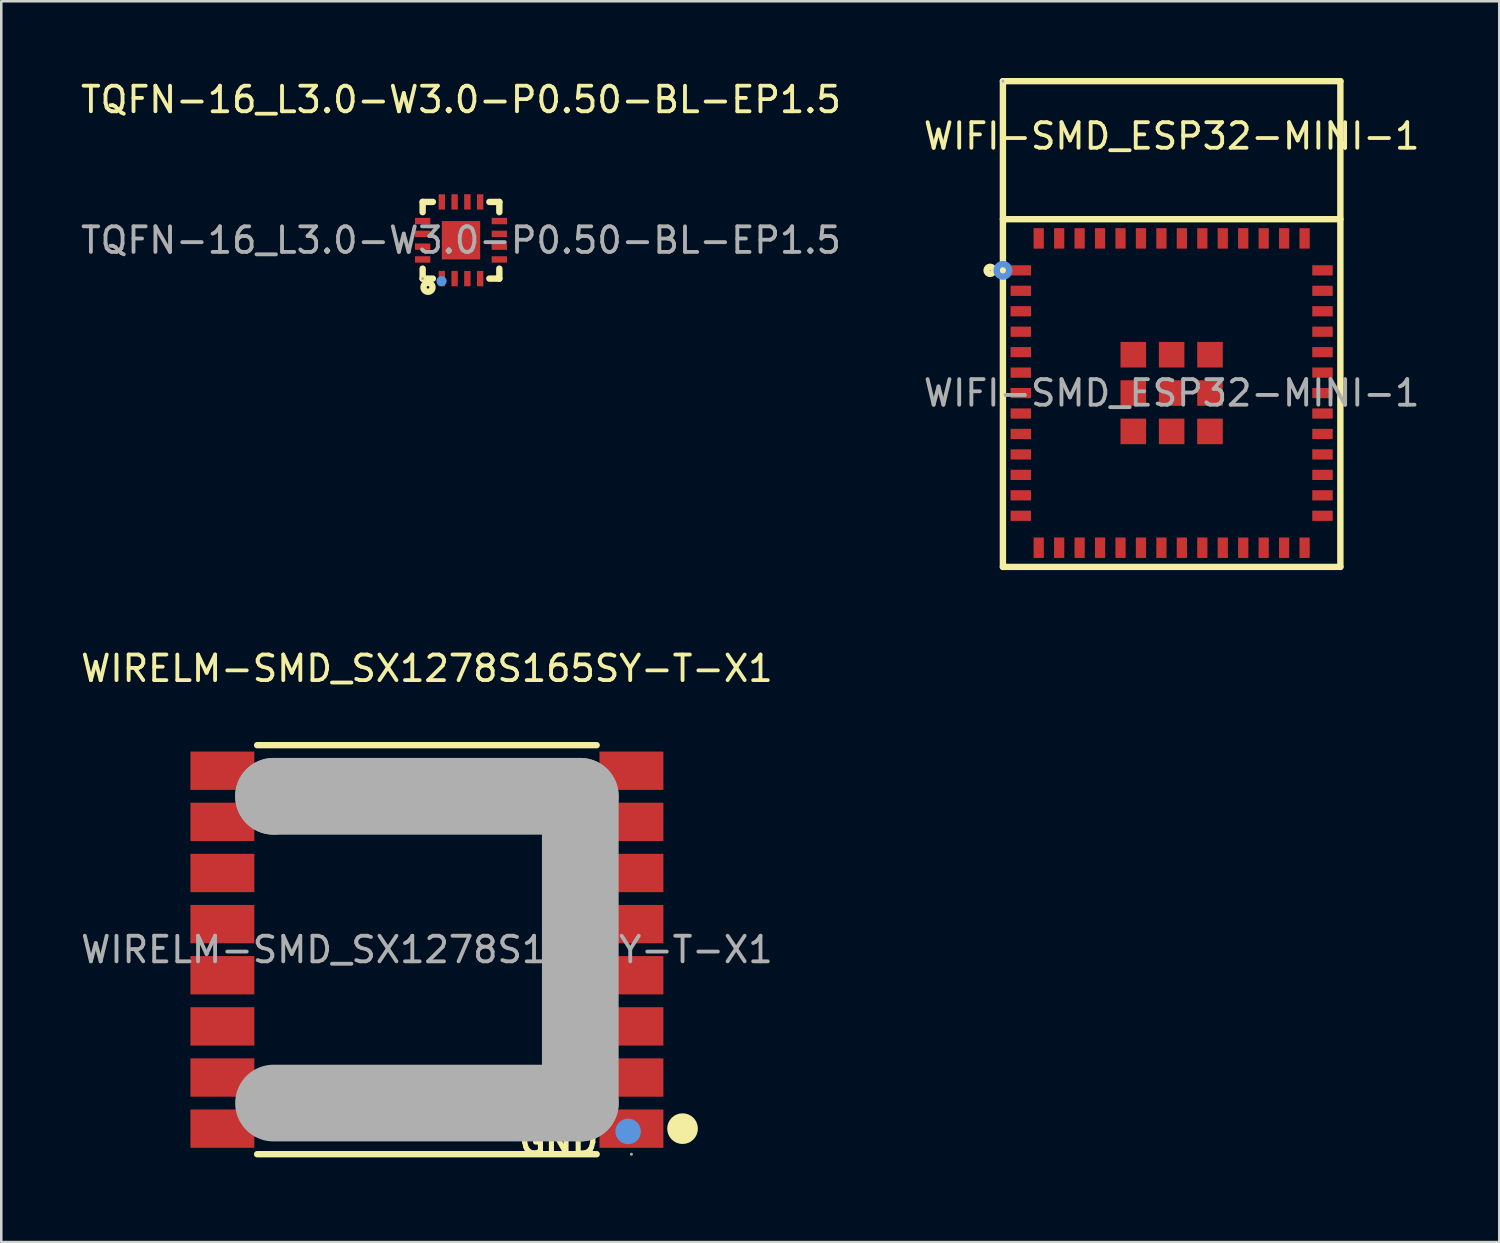
<source format=kicad_pcb>
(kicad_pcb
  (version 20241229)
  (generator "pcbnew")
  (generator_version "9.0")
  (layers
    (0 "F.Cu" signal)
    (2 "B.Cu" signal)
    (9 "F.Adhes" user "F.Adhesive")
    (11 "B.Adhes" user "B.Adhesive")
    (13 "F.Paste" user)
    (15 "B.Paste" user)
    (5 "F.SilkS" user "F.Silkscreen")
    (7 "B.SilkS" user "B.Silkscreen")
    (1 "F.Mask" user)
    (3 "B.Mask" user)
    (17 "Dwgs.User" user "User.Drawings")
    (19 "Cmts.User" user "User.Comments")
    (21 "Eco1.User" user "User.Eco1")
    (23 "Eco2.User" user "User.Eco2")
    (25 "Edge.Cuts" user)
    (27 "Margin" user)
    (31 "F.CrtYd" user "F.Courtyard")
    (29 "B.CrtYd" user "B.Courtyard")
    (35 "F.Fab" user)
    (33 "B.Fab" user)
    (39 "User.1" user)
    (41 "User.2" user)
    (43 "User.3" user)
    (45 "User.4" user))
  (footprint "WIRELM-SMD_SX1278S165SY-T-X1"
    (layer "F.Cu")
    (at 13.649 34.098)
    (property "Reference" "WIRELM-SMD_SX1278S165SY-T-X1" (at 0 -11 0) (layer "F.SilkS") (effects (font (size 1 1) (thickness 0.15))))
    (attr smd)
    (fp_line (start -6.64 8) (end 6.64 8) (stroke (width 0.25) (type solid)) (layer "F.SilkS"))
    (fp_line (start 6.64 -8) (end -6.64 -8) (stroke (width 0.25) (type solid)) (layer "F.SilkS"))
    (fp_circle (center 10 7) (end 10.3 7) (stroke (width 0.6) (type solid)) (fill no) (layer "F.SilkS"))
    (fp_circle (center 7.87 7.11) (end 8.12 7.11) (stroke (width 0.5) (type solid)) (fill no) (layer "Cmts.User"))
    (fp_line (start -6 -6) (end -6 -6) (stroke (width 3) (type solid)) (layer "F.Fab"))
    (fp_line (start -6 -6) (end 6 -6) (stroke (width 3) (type solid)) (layer "F.Fab"))
    (fp_line (start 6 -6) (end 6 6) (stroke (width 3) (type solid)) (layer "F.Fab"))
    (fp_line (start 6 6) (end -6 6) (stroke (width 3) (type solid)) (layer "F.Fab"))
    (fp_circle (center 8 8) (end 8.03 8) (stroke (width 0.06) (type solid)) (fill no) (layer "F.Fab"))
    (fp_text user "GND" (at 3.5 7.5 0) (layer "F.SilkS") (effects (font (size 1 1) (thickness 0.2)) (justify left)))
    (fp_text user "ANT" (at -6 -6.5 0) (layer "F.SilkS") (effects (font (size 1 1) (thickness 0.2)) (justify left)))
    (fp_text user "${REFERENCE}" (at 0 0 0) (layer "F.Fab") (effects (font (size 1 1) (thickness 0.15))))
    (pad "1" smd rect (at 8 7) (size 2.5 1.5) (layers "F.Cu" "F.Mask" "F.Paste"))
    (pad "2" smd rect (at 8 5) (size 2.5 1.5) (layers "F.Cu" "F.Mask" "F.Paste"))
    (pad "3" smd rect (at 8 3) (size 2.5 1.5) (layers "F.Cu" "F.Mask" "F.Paste"))
    (pad "4" smd rect (at 8 1) (size 2.5 1.5) (layers "F.Cu" "F.Mask" "F.Paste"))
    (pad "5" smd rect (at 8 -1) (size 2.5 1.5) (layers "F.Cu" "F.Mask" "F.Paste"))
    (pad "6" smd rect (at 8 -3) (size 2.5 1.5) (layers "F.Cu" "F.Mask" "F.Paste"))
    (pad "7" smd rect (at 8 -5) (size 2.5 1.5) (layers "F.Cu" "F.Mask" "F.Paste"))
    (pad "8" smd rect (at 8 -7) (size 2.5 1.5) (layers "F.Cu" "F.Mask" "F.Paste"))
    (pad "9" smd rect (at -8 -7) (size 2.5 1.5) (layers "F.Cu" "F.Mask" "F.Paste"))
    (pad "10" smd rect (at -8 -5) (size 2.5 1.5) (layers "F.Cu" "F.Mask" "F.Paste"))
    (pad "11" smd rect (at -8 -3) (size 2.5 1.5) (layers "F.Cu" "F.Mask" "F.Paste"))
    (pad "12" smd rect (at -8 -1) (size 2.5 1.5) (layers "F.Cu" "F.Mask" "F.Paste"))
    (pad "13" smd rect (at -8 1) (size 2.5 1.5) (layers "F.Cu" "F.Mask" "F.Paste"))
    (pad "14" smd rect (at -8 3) (size 2.5 1.5) (layers "F.Cu" "F.Mask" "F.Paste"))
    (pad "15" smd rect (at -8 5) (size 2.5 1.5) (layers "F.Cu" "F.Mask" "F.Paste"))
    (pad "16" smd rect (at -8 7) (size 2.5 1.5) (layers "F.Cu" "F.Mask" "F.Paste")))
  (footprint "WIFI-SMD_ESP32-MINI-1"
    (layer "F.Cu")
    (at 42.78 12.325)
    (property "Reference" "WIFI-SMD_ESP32-MINI-1" (at 0 -10.05 0) (layer "F.SilkS") (effects (font (size 1 1) (thickness 0.15))))
    (attr smd)
    (fp_line (start -6.6 -12.2) (end 6.6 -12.2) (stroke (width 0.25) (type solid)) (layer "F.SilkS"))
    (fp_line (start -6.6 -6.8) (end 6.6 -6.8) (stroke (width 0.25) (type solid)) (layer "F.SilkS"))
    (fp_line (start -6.6 6.8) (end -6.6 -12.2) (stroke (width 0.25) (type solid)) (layer "F.SilkS"))
    (fp_line (start -6.6 6.8) (end 6.6 6.8) (stroke (width 0.25) (type solid)) (layer "F.SilkS"))
    (fp_line (start 6.6 -12.2) (end 6.6 6.8) (stroke (width 0.25) (type solid)) (layer "F.SilkS"))
    (fp_circle (center -7.1 -4.8) (end -6.96 -4.8) (stroke (width 0.25) (type solid)) (fill no) (layer "F.SilkS"))
    (fp_circle (center -6.6 -4.8) (end -6.48 -4.8) (stroke (width 0.25) (type solid)) (fill no) (layer "Cmts.User"))
    (fp_circle (center -6.6 -12.2) (end -6.57 -12.2) (stroke (width 0.06) (type solid)) (fill no) (layer "F.Fab"))
    (fp_text user "${REFERENCE}" (at 0 0 0) (layer "F.Fab") (effects (font (size 1 1) (thickness 0.15))))
    (pad "1" smd rect (at -5.9 -4.8 90) (size 0.4 0.8) (layers "F.Cu" "F.Mask" "F.Paste"))
    (pad "2" smd rect (at -5.9 -4 90) (size 0.4 0.8) (layers "F.Cu" "F.Mask" "F.Paste"))
    (pad "3" smd rect (at -5.9 -3.2 90) (size 0.4 0.8) (layers "F.Cu" "F.Mask" "F.Paste"))
    (pad "4" smd rect (at -5.9 -2.4 90) (size 0.4 0.8) (layers "F.Cu" "F.Mask" "F.Paste"))
    (pad "5" smd rect (at -5.9 -1.6 90) (size 0.4 0.8) (layers "F.Cu" "F.Mask" "F.Paste"))
    (pad "6" smd rect (at -5.9 -0.8 90) (size 0.4 0.8) (layers "F.Cu" "F.Mask" "F.Paste"))
    (pad "7" smd rect (at -5.9 0 90) (size 0.4 0.8) (layers "F.Cu" "F.Mask" "F.Paste"))
    (pad "8" smd rect (at -5.9 0.8 90) (size 0.4 0.8) (layers "F.Cu" "F.Mask" "F.Paste"))
    (pad "9" smd rect (at -5.9 1.6 90) (size 0.4 0.8) (layers "F.Cu" "F.Mask" "F.Paste"))
    (pad "10" smd rect (at -5.9 2.4 90) (size 0.4 0.8) (layers "F.Cu" "F.Mask" "F.Paste"))
    (pad "11" smd rect (at -5.9 3.2 90) (size 0.4 0.8) (layers "F.Cu" "F.Mask" "F.Paste"))
    (pad "12" smd rect (at -5.9 4 90) (size 0.4 0.8) (layers "F.Cu" "F.Mask" "F.Paste"))
    (pad "13" smd rect (at -5.9 4.8 90) (size 0.4 0.8) (layers "F.Cu" "F.Mask" "F.Paste"))
    (pad "14" smd rect (at -5.2 6.05 180) (size 0.4 0.8) (layers "F.Cu" "F.Mask" "F.Paste"))
    (pad "15" smd rect (at -4.4 6.05 180) (size 0.4 0.8) (layers "F.Cu" "F.Mask" "F.Paste"))
    (pad "16" smd rect (at -3.6 6.05 180) (size 0.4 0.8) (layers "F.Cu" "F.Mask" "F.Paste"))
    (pad "17" smd rect (at -2.8 6.05 180) (size 0.4 0.8) (layers "F.Cu" "F.Mask" "F.Paste"))
    (pad "18" smd rect (at -2 6.05 180) (size 0.4 0.8) (layers "F.Cu" "F.Mask" "F.Paste"))
    (pad "19" smd rect (at -1.2 6.05 180) (size 0.4 0.8) (layers "F.Cu" "F.Mask" "F.Paste"))
    (pad "20" smd rect (at -0.4 6.05 180) (size 0.4 0.8) (layers "F.Cu" "F.Mask" "F.Paste"))
    (pad "21" smd rect (at 0.4 6.05 180) (size 0.4 0.8) (layers "F.Cu" "F.Mask" "F.Paste"))
    (pad "22" smd rect (at 1.2 6.05 180) (size 0.4 0.8) (layers "F.Cu" "F.Mask" "F.Paste"))
    (pad "23" smd rect (at 2 6.05 180) (size 0.4 0.8) (layers "F.Cu" "F.Mask" "F.Paste"))
    (pad "24" smd rect (at 2.8 6.05 180) (size 0.4 0.8) (layers "F.Cu" "F.Mask" "F.Paste"))
    (pad "25" smd rect (at 3.6 6.05 180) (size 0.4 0.8) (layers "F.Cu" "F.Mask" "F.Paste"))
    (pad "26" smd rect (at 4.4 6.05 180) (size 0.4 0.8) (layers "F.Cu" "F.Mask" "F.Paste"))
    (pad "27" smd rect (at 5.2 6.05 180) (size 0.4 0.8) (layers "F.Cu" "F.Mask" "F.Paste"))
    (pad "28" smd rect (at 5.9 4.8 270) (size 0.4 0.8) (layers "F.Cu" "F.Mask" "F.Paste"))
    (pad "29" smd rect (at 5.9 4 270) (size 0.4 0.8) (layers "F.Cu" "F.Mask" "F.Paste"))
    (pad "30" smd rect (at 5.9 3.2 270) (size 0.4 0.8) (layers "F.Cu" "F.Mask" "F.Paste"))
    (pad "31" smd rect (at 5.9 2.4 270) (size 0.4 0.8) (layers "F.Cu" "F.Mask" "F.Paste"))
    (pad "32" smd rect (at 5.9 1.6 270) (size 0.4 0.8) (layers "F.Cu" "F.Mask" "F.Paste"))
    (pad "33" smd rect (at 5.9 0.8 270) (size 0.4 0.8) (layers "F.Cu" "F.Mask" "F.Paste"))
    (pad "34" smd rect (at 5.9 0 270) (size 0.4 0.8) (layers "F.Cu" "F.Mask" "F.Paste"))
    (pad "35" smd rect (at 5.9 -0.8 270) (size 0.4 0.8) (layers "F.Cu" "F.Mask" "F.Paste"))
    (pad "36" smd rect (at 5.9 -1.6 270) (size 0.4 0.8) (layers "F.Cu" "F.Mask" "F.Paste"))
    (pad "37" smd rect (at 5.9 -2.4 270) (size 0.4 0.8) (layers "F.Cu" "F.Mask" "F.Paste"))
    (pad "38" smd rect (at 5.9 -3.2 270) (size 0.4 0.8) (layers "F.Cu" "F.Mask" "F.Paste"))
    (pad "39" smd rect (at 5.9 -4 270) (size 0.4 0.8) (layers "F.Cu" "F.Mask" "F.Paste"))
    (pad "40" smd rect (at 5.9 -4.8 270) (size 0.4 0.8) (layers "F.Cu" "F.Mask" "F.Paste"))
    (pad "41" smd rect (at 5.2 -6.05) (size 0.4 0.8) (layers "F.Cu" "F.Mask" "F.Paste"))
    (pad "42" smd rect (at 4.4 -6.05) (size 0.4 0.8) (layers "F.Cu" "F.Mask" "F.Paste"))
    (pad "43" smd rect (at 3.6 -6.05) (size 0.4 0.8) (layers "F.Cu" "F.Mask" "F.Paste"))
    (pad "44" smd rect (at 2.8 -6.05) (size 0.4 0.8) (layers "F.Cu" "F.Mask" "F.Paste"))
    (pad "45" smd rect (at 2 -6.05) (size 0.4 0.8) (layers "F.Cu" "F.Mask" "F.Paste"))
    (pad "46" smd rect (at 1.2 -6.05) (size 0.4 0.8) (layers "F.Cu" "F.Mask" "F.Paste"))
    (pad "47" smd rect (at 0.4 -6.05) (size 0.4 0.8) (layers "F.Cu" "F.Mask" "F.Paste"))
    (pad "48" smd rect (at -0.4 -6.05) (size 0.4 0.8) (layers "F.Cu" "F.Mask" "F.Paste"))
    (pad "49" smd rect (at -1.2 -6.05) (size 0.4 0.8) (layers "F.Cu" "F.Mask" "F.Paste"))
    (pad "50" smd rect (at -2 -6.05) (size 0.4 0.8) (layers "F.Cu" "F.Mask" "F.Paste"))
    (pad "51" smd rect (at -2.8 -6.05) (size 0.4 0.8) (layers "F.Cu" "F.Mask" "F.Paste"))
    (pad "52" smd rect (at -3.6 -6.05) (size 0.4 0.8) (layers "F.Cu" "F.Mask" "F.Paste"))
    (pad "53" smd rect (at -4.4 -6.05) (size 0.4 0.8) (layers "F.Cu" "F.Mask" "F.Paste"))
    (pad "54" smd rect (at -5.2 -6.05) (size 0.4 0.8) (layers "F.Cu" "F.Mask" "F.Paste"))
    (pad "55" smd rect (at -1.5 -1.5 90) (size 1 1) (layers "F.Cu" "F.Mask" "F.Paste"))
    (pad "55" smd rect (at -1.5 0 90) (size 1 1) (layers "F.Cu" "F.Mask" "F.Paste"))
    (pad "55" smd rect (at -1.5 1.5 90) (size 1 1) (layers "F.Cu" "F.Mask" "F.Paste"))
    (pad "55" smd rect (at 0 -1.5 90) (size 1 1) (layers "F.Cu" "F.Mask" "F.Paste"))
    (pad "55" smd rect (at 0 0 90) (size 1 1) (layers "F.Cu" "F.Mask" "F.Paste"))
    (pad "55" smd rect (at 0 1.5 90) (size 1 1) (layers "F.Cu" "F.Mask" "F.Paste"))
    (pad "55" smd rect (at 1.5 -1.5 90) (size 1 1) (layers "F.Cu" "F.Mask" "F.Paste"))
    (pad "55" smd rect (at 1.5 0 90) (size 1 1) (layers "F.Cu" "F.Mask" "F.Paste"))
    (pad "55" smd rect (at 1.5 1.5 90) (size 1 1) (layers "F.Cu" "F.Mask" "F.Paste")))
  (footprint "TQFN-16_L3.0-W3.0-P0.50-BL-EP1.5"
    (layer "F.Cu")
    (at 14.982 6.348)
    (property "Reference" "TQFN-16_L3.0-W3.0-P0.50-BL-EP1.5" (at 0 -5.5 0) (layer "F.SilkS") (effects (font (size 1 1) (thickness 0.15))))
    (attr smd)
    (fp_line (start -1.5 -1.5) (end -1.5 -1.1) (stroke (width 0.25) (type solid)) (layer "F.SilkS"))
    (fp_line (start -1.5 -1.5) (end -1.1 -1.5) (stroke (width 0.25) (type solid)) (layer "F.SilkS"))
    (fp_line (start -1.5 1.11) (end -1.5 1.5) (stroke (width 0.25) (type solid)) (layer "F.SilkS"))
    (fp_line (start -1.5 1.5) (end -1.1 1.5) (stroke (width 0.25) (type solid)) (layer "F.SilkS"))
    (fp_line (start 1.11 -1.5) (end 1.5 -1.5) (stroke (width 0.25) (type solid)) (layer "F.SilkS"))
    (fp_line (start 1.11 1.5) (end 1.5 1.5) (stroke (width 0.25) (type solid)) (layer "F.SilkS"))
    (fp_line (start 1.5 -1.1) (end 1.5 -1.5) (stroke (width 0.25) (type solid)) (layer "F.SilkS"))
    (fp_line (start 1.5 1.5) (end 1.5 1.11) (stroke (width 0.25) (type solid)) (layer "F.SilkS"))
    (fp_circle (center -1.29 1.84) (end -1.24 1.84) (stroke (width 0.25) (type solid)) (fill no) (layer "F.SilkS"))
    (fp_circle (center -0.76 1.6) (end -0.66 1.6) (stroke (width 0.2) (type solid)) (fill no) (layer "Cmts.User"))
    (fp_circle (center -1.5 1.5) (end -1.47 1.5) (stroke (width 0.06) (type solid)) (fill no) (layer "F.Fab"))
    (fp_text user "${REFERENCE}" (at 0 0 0) (layer "F.Fab") (effects (font (size 1 1) (thickness 0.15))))
    (pad "1" smd rect (at -0.75 1.5 180) (size 0.25 0.6) (layers "F.Cu" "F.Mask" "F.Paste"))
    (pad "2" smd rect (at -0.25 1.5 180) (size 0.25 0.6) (layers "F.Cu" "F.Mask" "F.Paste"))
    (pad "3" smd rect (at 0.25 1.5 180) (size 0.25 0.6) (layers "F.Cu" "F.Mask" "F.Paste"))
    (pad "4" smd rect (at 0.75 1.5 180) (size 0.25 0.6) (layers "F.Cu" "F.Mask" "F.Paste"))
    (pad "5" smd rect (at 1.5 0.75 270) (size 0.25 0.6) (layers "F.Cu" "F.Mask" "F.Paste"))
    (pad "6" smd rect (at 1.5 0.25 270) (size 0.25 0.6) (layers "F.Cu" "F.Mask" "F.Paste"))
    (pad "7" smd rect (at 1.5 -0.25 270) (size 0.25 0.6) (layers "F.Cu" "F.Mask" "F.Paste"))
    (pad "8" smd rect (at 1.5 -0.75 270) (size 0.25 0.6) (layers "F.Cu" "F.Mask" "F.Paste"))
    (pad "9" smd rect (at 0.75 -1.5) (size 0.25 0.6) (layers "F.Cu" "F.Mask" "F.Paste"))
    (pad "10" smd rect (at 0.25 -1.5) (size 0.25 0.6) (layers "F.Cu" "F.Mask" "F.Paste"))
    (pad "11" smd rect (at -0.25 -1.5) (size 0.25 0.6) (layers "F.Cu" "F.Mask" "F.Paste"))
    (pad "12" smd rect (at -0.75 -1.5) (size 0.25 0.6) (layers "F.Cu" "F.Mask" "F.Paste"))
    (pad "13" smd rect (at -1.5 -0.75 90) (size 0.25 0.6) (layers "F.Cu" "F.Mask" "F.Paste"))
    (pad "14" smd rect (at -1.5 -0.25 90) (size 0.25 0.6) (layers "F.Cu" "F.Mask" "F.Paste"))
    (pad "15" smd rect (at -1.5 0.25 90) (size 0.25 0.6) (layers "F.Cu" "F.Mask" "F.Paste"))
    (pad "16" smd rect (at -1.5 0.75 90) (size 0.25 0.6) (layers "F.Cu" "F.Mask" "F.Paste"))
    (pad "17" smd rect (at 0 0 90) (size 1.5 1.5) (layers "F.Cu" "F.Mask" "F.Paste")))
  (gr_rect
    (start -3 -3)
    (end 55.595 45.534)
    (stroke (width 0.1) (type default))
    (fill no)
    (layer "Edge.Cuts")))
</source>
